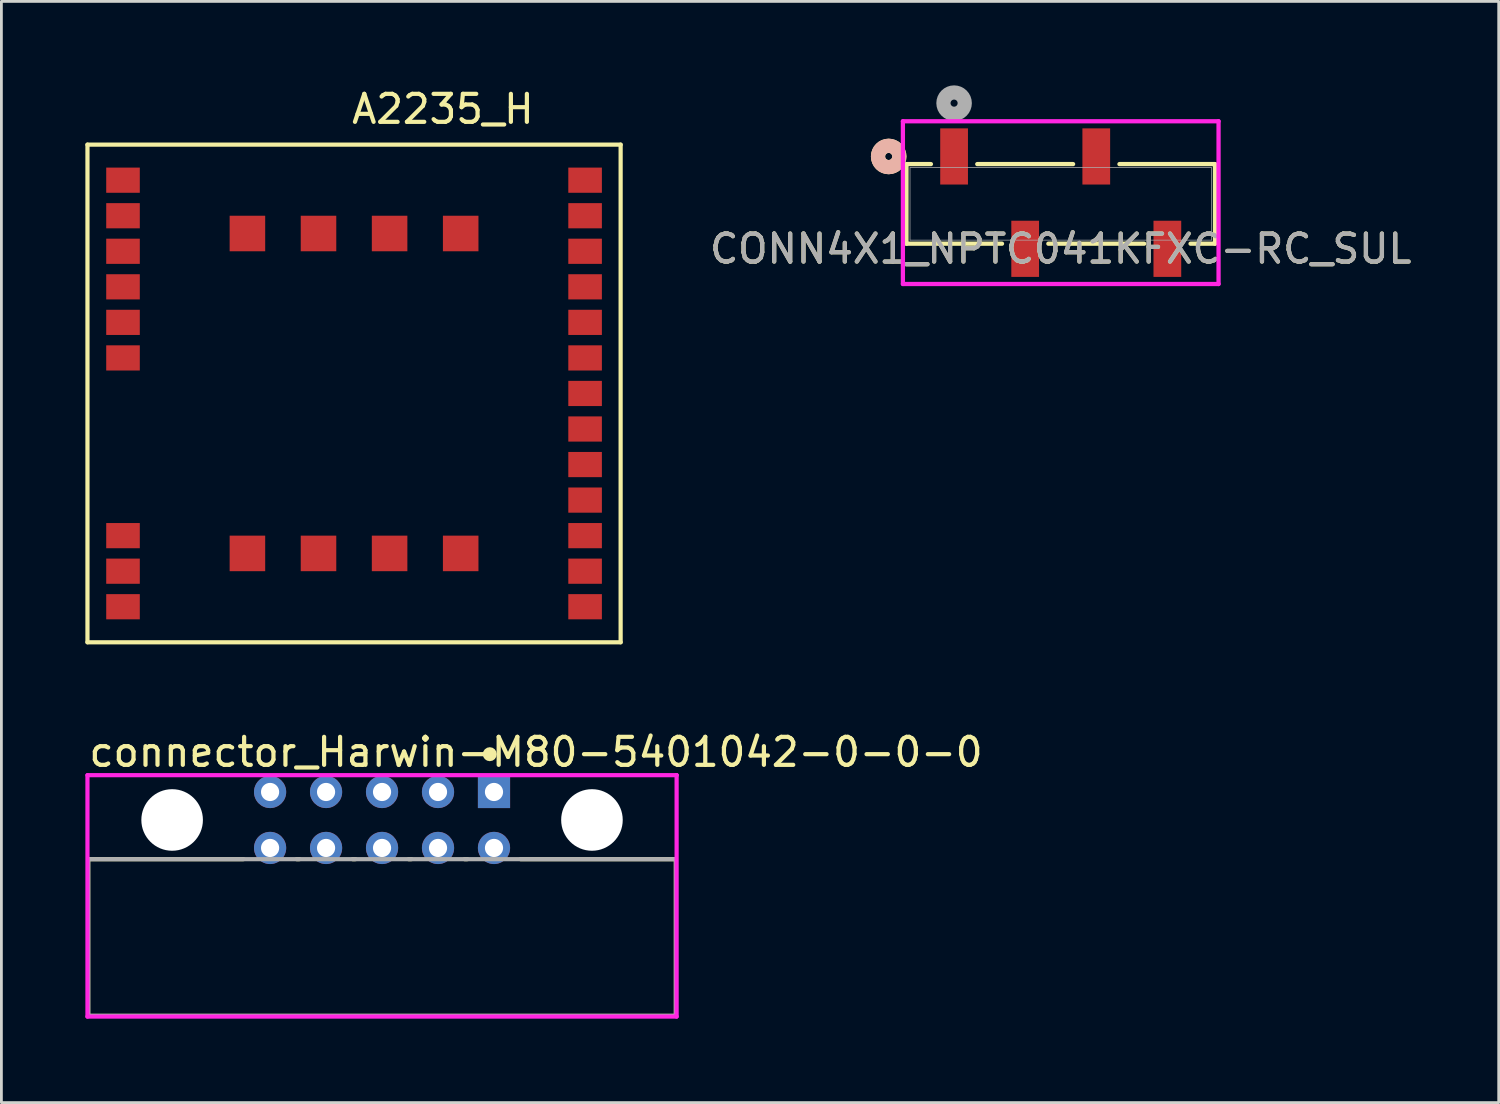
<source format=kicad_pcb>
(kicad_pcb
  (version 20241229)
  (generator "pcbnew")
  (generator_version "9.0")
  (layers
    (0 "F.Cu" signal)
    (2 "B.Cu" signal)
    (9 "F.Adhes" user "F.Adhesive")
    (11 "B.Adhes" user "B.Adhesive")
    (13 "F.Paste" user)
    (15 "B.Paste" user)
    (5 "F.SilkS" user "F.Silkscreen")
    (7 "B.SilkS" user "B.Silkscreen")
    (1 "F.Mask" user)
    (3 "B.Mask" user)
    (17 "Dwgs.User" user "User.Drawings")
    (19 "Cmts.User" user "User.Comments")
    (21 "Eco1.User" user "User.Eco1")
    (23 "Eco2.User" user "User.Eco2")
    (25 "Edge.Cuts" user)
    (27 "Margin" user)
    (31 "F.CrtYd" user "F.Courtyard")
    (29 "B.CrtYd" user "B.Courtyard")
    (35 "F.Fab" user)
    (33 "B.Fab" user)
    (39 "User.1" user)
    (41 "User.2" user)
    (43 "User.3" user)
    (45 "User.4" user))
  (footprint "connector_Harwin-M80-5401042-0-0-0"
    (layer "F.Cu")
    (at 10.6 30.447)
    (property "Reference" "connector_Harwin-M80-5401042-0-0-0" (at -10.55 -6.625 0) (layer "F.SilkS") (effects (font (size 1 1) (thickness 0.15)) (justify left)))
    (attr through_hole)
    (fp_line (start -10.5 -2.8) (end -4.95 -2.8) (stroke (width 0.15) (type solid)) (layer "F.SilkS"))
    (fp_line (start -10.5 2.8) (end -10.5 -2.8) (stroke (width 0.15) (type solid)) (layer "F.SilkS"))
    (fp_line (start -10.5 2.8) (end 10.5 2.8) (stroke (width 0.15) (type solid)) (layer "F.SilkS"))
    (fp_line (start -3.05 -2.8) (end -2.95 -2.8) (stroke (width 0.15) (type solid)) (layer "F.SilkS"))
    (fp_line (start -1.05 -2.8) (end -0.95 -2.8) (stroke (width 0.15) (type solid)) (layer "F.SilkS"))
    (fp_line (start 0.95 -2.8) (end 1.05 -2.8) (stroke (width 0.15) (type solid)) (layer "F.SilkS"))
    (fp_line (start 2.95 -2.8) (end 3.05 -2.8) (stroke (width 0.15) (type solid)) (layer "F.SilkS"))
    (fp_line (start 4.95 -2.8) (end 10.5 -2.8) (stroke (width 0.15) (type solid)) (layer "F.SilkS"))
    (fp_line (start 10.5 2.8) (end 10.5 -2.8) (stroke (width 0.15) (type solid)) (layer "F.SilkS"))
    (fp_circle (center 3.85 -6.55) (end 3.975 -6.55) (stroke (width 0.25) (type solid)) (fill no) (layer "F.SilkS"))
    (fp_line (start -10.525 -5.8) (end -10.525 2.825) (stroke (width 0.15) (type solid)) (layer "F.CrtYd"))
    (fp_line (start -10.525 2.825) (end 10.525 2.825) (stroke (width 0.15) (type solid)) (layer "F.CrtYd"))
    (fp_line (start 10.525 -5.8) (end -10.525 -5.8) (stroke (width 0.15) (type solid)) (layer "F.CrtYd"))
    (fp_line (start 10.525 -5.8) (end 10.525 -5.8) (stroke (width 0.15) (type solid)) (layer "F.CrtYd"))
    (fp_line (start 10.525 2.825) (end 10.525 -5.8) (stroke (width 0.15) (type solid)) (layer "F.CrtYd"))
    (fp_line (start -10.5 -2.8) (end 10.5 -2.8) (stroke (width 0.15) (type solid)) (layer "F.Fab"))
    (fp_line (start -10.5 2.8) (end -10.5 -2.8) (stroke (width 0.15) (type solid)) (layer "F.Fab"))
    (fp_line (start 10.5 -2.8) (end 10.5 2.8) (stroke (width 0.15) (type solid)) (layer "F.Fab"))
    (fp_line (start 10.5 2.8) (end -10.5 2.8) (stroke (width 0.15) (type solid)) (layer "F.Fab"))
    (pad "" np_thru_hole circle (at -7.5 -4.2) (size 2.2 2.2) (drill 2.2) (layers "*.Cu" "*.Mask"))
    (pad "" np_thru_hole circle (at 7.5 -4.2) (size 2.2 2.2) (drill 2.2) (layers "*.Cu" "*.Mask"))
    (pad "1" thru_hole rect (at 4 -5.2) (size 1.15 1.15) (drill 0.65) (layers "*.Cu"))
    (pad "2" thru_hole circle (at 4 -3.2) (size 1.15 1.15) (drill 0.65) (layers "*.Cu"))
    (pad "3" thru_hole circle (at 2 -5.2) (size 1.15 1.15) (drill 0.65) (layers "*.Cu"))
    (pad "4" thru_hole circle (at 2 -3.2) (size 1.15 1.15) (drill 0.65) (layers "*.Cu"))
    (pad "5" thru_hole circle (at 0 -5.2) (size 1.15 1.15) (drill 0.65) (layers "*.Cu"))
    (pad "6" thru_hole circle (at 0 -3.2) (size 1.15 1.15) (drill 0.65) (layers "*.Cu"))
    (pad "7" thru_hole circle (at -2 -5.2) (size 1.15 1.15) (drill 0.65) (layers "*.Cu"))
    (pad "8" thru_hole circle (at -2 -3.2) (size 1.15 1.15) (drill 0.65) (layers "*.Cu"))
    (pad "9" thru_hole circle (at -4 -5.2) (size 1.15 1.15) (drill 0.65) (layers "*.Cu"))
    (pad "10" thru_hole circle (at -4 -3.2) (size 1.15 1.15) (drill 0.65) (layers "*.Cu")))
  (footprint "A2235_H"
    (layer "F.Cu")
    (at 8.965 13.548)
    (property "Reference" "A2235_H" (at 3.81 -12.7 0) (layer "F.SilkS") (effects (font (size 1 1) (thickness 0.15))))
    (attr smd)
    (fp_line (start -8.89 -11.43) (end 10.16 -11.43) (stroke (width 0.15) (type solid)) (layer "F.SilkS"))
    (fp_line (start -8.89 6.35) (end -8.89 -11.43) (stroke (width 0.15) (type solid)) (layer "F.SilkS"))
    (fp_line (start 10.16 -11.43) (end 10.16 6.35) (stroke (width 0.15) (type solid)) (layer "F.SilkS"))
    (fp_line (start 10.16 6.35) (end -8.89 6.35) (stroke (width 0.15) (type solid)) (layer "F.SilkS"))
    (pad "1" smd rect (at -7.62 -10.16) (size 1.2 0.9) (layers "F.Cu" "F.Mask" "F.Paste"))
    (pad "2" smd rect (at -7.62 -8.89) (size 1.2 0.9) (layers "F.Cu" "F.Mask" "F.Paste"))
    (pad "3" smd rect (at -7.62 -7.62) (size 1.2 0.9) (layers "F.Cu" "F.Mask" "F.Paste"))
    (pad "4" smd rect (at -7.62 -6.35) (size 1.2 0.9) (layers "F.Cu" "F.Mask" "F.Paste"))
    (pad "5" smd rect (at -7.62 -5.08) (size 1.2 0.9) (layers "F.Cu" "F.Mask" "F.Paste"))
    (pad "6" smd rect (at -7.62 -3.81) (size 1.2 0.9) (layers "F.Cu" "F.Mask" "F.Paste"))
    (pad "7" smd rect (at -7.62 2.54) (size 1.2 0.9) (layers "F.Cu" "F.Mask" "F.Paste"))
    (pad "8" smd rect (at -7.62 3.81) (size 1.2 0.9) (layers "F.Cu" "F.Mask" "F.Paste"))
    (pad "9" smd rect (at -7.62 5.08) (size 1.2 0.9) (layers "F.Cu" "F.Mask" "F.Paste"))
    (pad "10" smd rect (at 8.89 5.08) (size 1.2 0.9) (layers "F.Cu" "F.Mask" "F.Paste"))
    (pad "11" smd rect (at 8.89 3.81) (size 1.2 0.9) (layers "F.Cu" "F.Mask" "F.Paste"))
    (pad "12" smd rect (at 8.89 2.54) (size 1.2 0.9) (layers "F.Cu" "F.Mask" "F.Paste"))
    (pad "13" smd rect (at 8.89 1.27) (size 1.2 0.9) (layers "F.Cu" "F.Mask" "F.Paste"))
    (pad "14" smd rect (at 8.89 0) (size 1.2 0.9) (layers "F.Cu" "F.Mask" "F.Paste"))
    (pad "15" smd rect (at 8.89 -1.27) (size 1.2 0.9) (layers "F.Cu" "F.Mask" "F.Paste"))
    (pad "16" smd rect (at 8.89 -2.54) (size 1.2 0.9) (layers "F.Cu" "F.Mask" "F.Paste"))
    (pad "17" smd rect (at 8.89 -3.81) (size 1.2 0.9) (layers "F.Cu" "F.Mask" "F.Paste"))
    (pad "18" smd rect (at 8.89 -5.08) (size 1.2 0.9) (layers "F.Cu" "F.Mask" "F.Paste"))
    (pad "19" smd rect (at 8.89 -6.35) (size 1.2 0.9) (layers "F.Cu" "F.Mask" "F.Paste"))
    (pad "20" smd rect (at 8.89 -7.62) (size 1.2 0.9) (layers "F.Cu" "F.Mask" "F.Paste"))
    (pad "21" smd rect (at 8.89 -8.89) (size 1.2 0.9) (layers "F.Cu" "F.Mask" "F.Paste"))
    (pad "22" smd rect (at 8.89 -10.16) (size 1.2 0.9) (layers "F.Cu" "F.Mask" "F.Paste"))
    (pad "23" smd rect (at -3.175 -8.255) (size 1.27 1.27) (layers "F.Cu" "F.Mask" "F.Paste"))
    (pad "24" smd rect (at -0.635 -8.255) (size 1.27 1.27) (layers "F.Cu" "F.Mask" "F.Paste"))
    (pad "25" smd rect (at 1.905 -8.255) (size 1.27 1.27) (layers "F.Cu" "F.Mask" "F.Paste"))
    (pad "26" smd rect (at 4.445 -8.255) (size 1.27 1.27) (layers "F.Cu" "F.Mask" "F.Paste"))
    (pad "27" smd rect (at -3.175 3.175) (size 1.27 1.27) (layers "F.Cu" "F.Mask" "F.Paste"))
    (pad "28" smd rect (at -0.635 3.175) (size 1.27 1.27) (layers "F.Cu" "F.Mask" "F.Paste"))
    (pad "29" smd rect (at 1.905 3.175) (size 1.27 1.27) (layers "F.Cu" "F.Mask" "F.Paste"))
    (pad "30" smd rect (at 4.445 3.175) (size 1.27 1.27) (layers "F.Cu" "F.Mask" "F.Paste")))
  (footprint "CONN4X1_NPTC041KFXC-RC_SUL"
    (layer "F.Cu")
    (at 34.849 4.235)
    (property "Reference" "CONN4X1_NPTC041KFXC-RC_SUL" (at 0 1.605 0) (unlocked yes) (layer "F.SilkS") (effects (font (size 1 1) (thickness 0.15))))
    (attr smd)
    (fp_line (start -5.512 -1.422) (end -5.512 1.422) (stroke (width 0.152) (type solid)) (layer "F.SilkS"))
    (fp_line (start -5.512 1.422) (end -2.098 1.422) (stroke (width 0.152) (type solid)) (layer "F.SilkS"))
    (fp_line (start -4.638 -1.422) (end -5.512 -1.422) (stroke (width 0.152) (type solid)) (layer "F.SilkS"))
    (fp_line (start -0.442 1.422) (end 2.982 1.422) (stroke (width 0.152) (type solid)) (layer "F.SilkS"))
    (fp_line (start 0.442 -1.422) (end -2.982 -1.422) (stroke (width 0.152) (type solid)) (layer "F.SilkS"))
    (fp_line (start 4.638 1.422) (end 5.512 1.422) (stroke (width 0.152) (type solid)) (layer "F.SilkS"))
    (fp_line (start 5.512 -1.422) (end 2.098 -1.422) (stroke (width 0.152) (type solid)) (layer "F.SilkS"))
    (fp_line (start 5.512 1.422) (end 5.512 -1.422) (stroke (width 0.152) (type solid)) (layer "F.SilkS"))
    (fp_circle (center -6.147 -1.695) (end -5.766 -1.695) (stroke (width 0.508) (type solid)) (fill no) (layer "F.SilkS"))
    (fp_circle (center -6.147 -1.695) (end -5.766 -1.695) (stroke (width 0.508) (type solid)) (fill no) (layer "B.SilkS"))
    (fp_line (start -5.639 -2.953) (end -5.639 2.862) (stroke (width 0.152) (type solid)) (layer "F.CrtYd"))
    (fp_line (start -5.639 2.862) (end 5.639 2.862) (stroke (width 0.152) (type solid)) (layer "F.CrtYd"))
    (fp_line (start 5.639 -2.953) (end -5.639 -2.953) (stroke (width 0.152) (type solid)) (layer "F.CrtYd"))
    (fp_line (start 5.639 2.862) (end 5.639 -2.953) (stroke (width 0.152) (type solid)) (layer "F.CrtYd"))
    (fp_line (start -5.385 -1.295) (end -5.385 1.295) (stroke (width 0.025) (type solid)) (layer "F.Fab"))
    (fp_line (start -5.385 1.295) (end 5.385 1.295) (stroke (width 0.025) (type solid)) (layer "F.Fab"))
    (fp_line (start 5.385 -1.295) (end -5.385 -1.295) (stroke (width 0.025) (type solid)) (layer "F.Fab"))
    (fp_line (start 5.385 1.295) (end 5.385 -1.295) (stroke (width 0.025) (type solid)) (layer "F.Fab"))
    (fp_circle (center -3.81 -3.6) (end -3.429 -3.6) (stroke (width 0.508) (type solid)) (fill no) (layer "F.Fab"))
    (fp_text user "${REFERENCE}" (at 0 1.605 0) (unlocked yes) (layer "F.Fab") (effects (font (size 1 1) (thickness 0.15))))
    (pad "1" smd rect (at -3.81 -1.695) (size 0.991 2.007) (layers "F.Cu" "F.Mask" "F.Paste"))
    (pad "2" smd rect (at -1.27 1.605) (size 0.991 2.007) (layers "F.Cu" "F.Mask" "F.Paste"))
    (pad "3" smd rect (at 1.27 -1.695) (size 0.991 2.007) (layers "F.Cu" "F.Mask" "F.Paste"))
    (pad "4" smd rect (at 3.81 1.605) (size 0.991 2.007) (layers "F.Cu" "F.Mask" "F.Paste")))
  (gr_rect
    (start -3 -3)
    (end 50.498 36.346)
    (stroke (width 0.1) (type default))
    (fill no)
    (layer "Edge.Cuts")))
</source>
